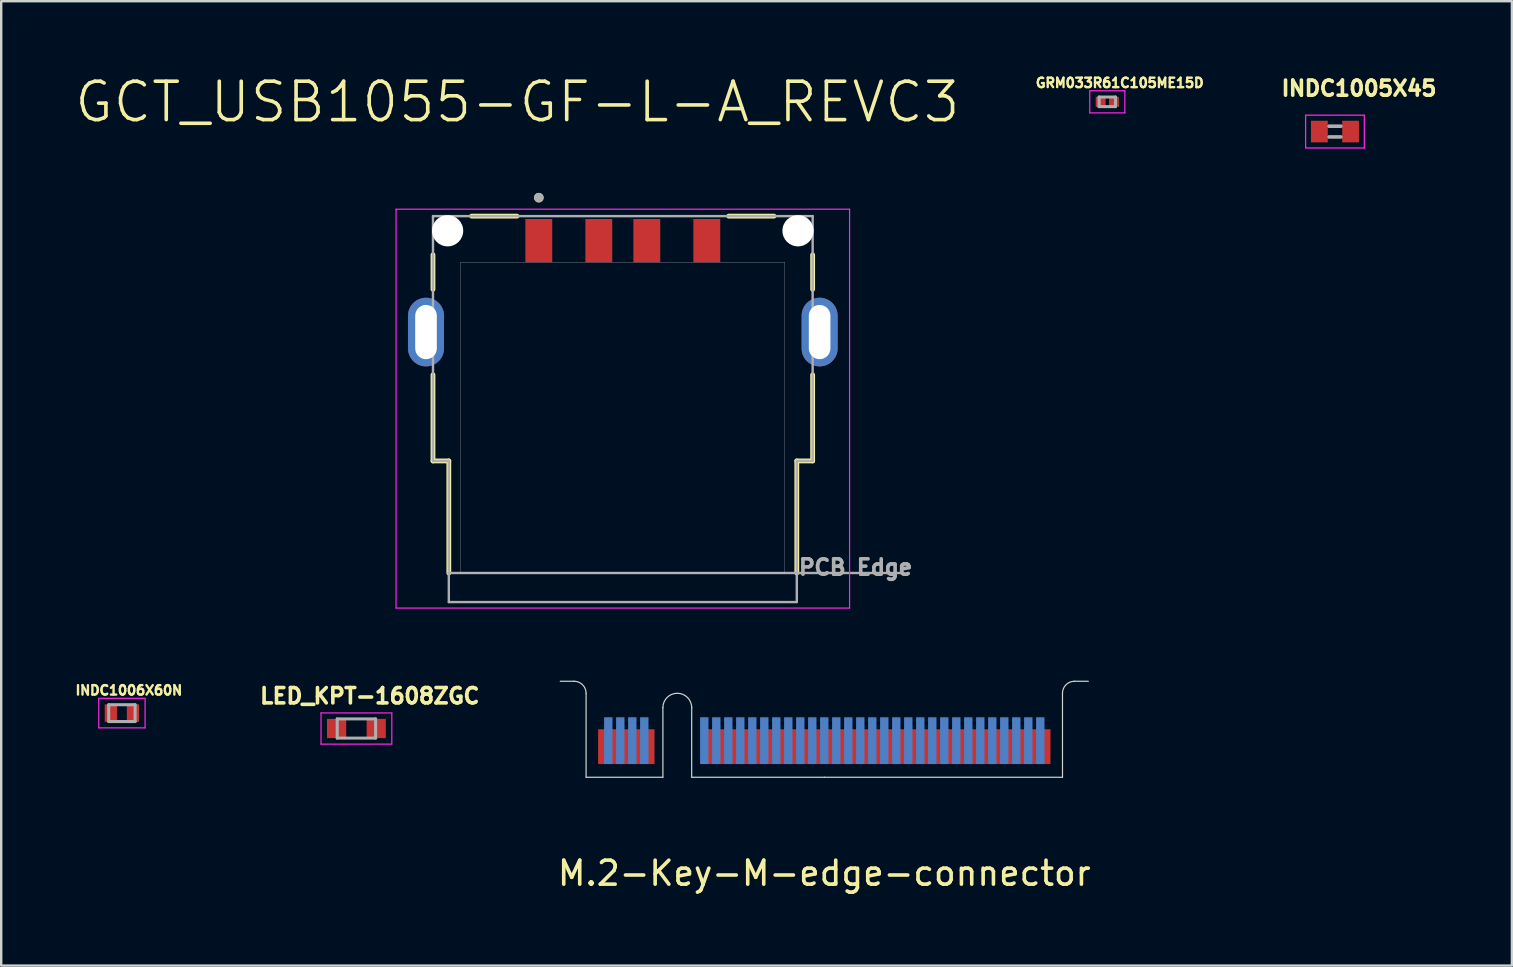
<source format=kicad_pcb>
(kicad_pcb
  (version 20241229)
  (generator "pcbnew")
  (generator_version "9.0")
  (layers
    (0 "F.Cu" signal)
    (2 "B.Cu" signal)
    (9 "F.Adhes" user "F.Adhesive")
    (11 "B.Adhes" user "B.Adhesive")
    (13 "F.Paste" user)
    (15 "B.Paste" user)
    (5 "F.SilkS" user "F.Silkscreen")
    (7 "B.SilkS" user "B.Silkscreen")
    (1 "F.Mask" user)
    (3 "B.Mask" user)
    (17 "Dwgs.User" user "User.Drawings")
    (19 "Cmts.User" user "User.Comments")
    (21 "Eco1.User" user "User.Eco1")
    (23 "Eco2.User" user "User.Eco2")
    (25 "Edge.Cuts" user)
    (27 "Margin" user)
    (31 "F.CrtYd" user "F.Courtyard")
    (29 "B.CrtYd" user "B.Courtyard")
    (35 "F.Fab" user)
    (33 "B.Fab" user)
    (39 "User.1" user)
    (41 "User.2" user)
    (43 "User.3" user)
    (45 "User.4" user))
  (footprint "GCT_USB1055-GF-L-A_REVC3"
    (layer "F.Cu")
    (at 22.901 10.786)
    (property "Reference" "GCT_USB1055-GF-L-A_REVC3" (at -4.395 -9.586 0) (layer "F.SilkS") (effects (font (size 1.6 1.6) (thickness 0.15))))
    (attr smd)
    (fp_line (start -7.91 -1.78) (end -7.91 -3.22) (stroke (width 0.2) (type solid)) (layer "F.SilkS"))
    (fp_line (start -7.91 5.37) (end -7.91 1.78) (stroke (width 0.2) (type solid)) (layer "F.SilkS"))
    (fp_line (start -7.91 5.37) (end -7.25 5.37) (stroke (width 0.2) (type solid)) (layer "F.SilkS"))
    (fp_line (start -7.25 5.37) (end -7.25 10.04) (stroke (width 0.2) (type solid)) (layer "F.SilkS"))
    (fp_line (start -4.41 -4.83) (end -6.3 -4.83) (stroke (width 0.2) (type solid)) (layer "F.SilkS"))
    (fp_line (start 4.41 -4.83) (end 6.3 -4.83) (stroke (width 0.2) (type solid)) (layer "F.SilkS"))
    (fp_line (start 7.25 5.37) (end 7.91 5.37) (stroke (width 0.2) (type solid)) (layer "F.SilkS"))
    (fp_line (start 7.25 10.04) (end 7.25 5.37) (stroke (width 0.2) (type solid)) (layer "F.SilkS"))
    (fp_line (start 7.91 -3.22) (end 7.91 -1.78) (stroke (width 0.2) (type solid)) (layer "F.SilkS"))
    (fp_line (start 7.91 5.37) (end 7.91 1.78) (stroke (width 0.2) (type solid)) (layer "F.SilkS"))
    (fp_circle (center -3.5 -5.6) (end -3.4 -5.6) (stroke (width 0.2) (type solid)) (fill no) (layer "F.SilkS"))
    (fp_line (start -6.75 -2.91) (end -6.75 10.04) (stroke (width 0.01) (type solid)) (layer "Edge.Cuts"))
    (fp_line (start -6.75 10.04) (end 6.75 10.04) (stroke (width 0.01) (type solid)) (layer "Edge.Cuts"))
    (fp_line (start 6.75 -2.91) (end -6.75 -2.91) (stroke (width 0.01) (type solid)) (layer "Edge.Cuts"))
    (fp_line (start 6.75 10.04) (end 6.75 -2.91) (stroke (width 0.01) (type solid)) (layer "Edge.Cuts"))
    (fp_line (start -9.449 -5.12) (end 9.449 -5.12) (stroke (width 0.05) (type solid)) (layer "F.CrtYd"))
    (fp_line (start -9.449 11.5) (end -9.449 -5.12) (stroke (width 0.05) (type solid)) (layer "F.CrtYd"))
    (fp_line (start -9.449 11.5) (end 9.449 11.5) (stroke (width 0.05) (type solid)) (layer "F.CrtYd"))
    (fp_line (start 9.449 11.5) (end 9.449 -5.12) (stroke (width 0.05) (type solid)) (layer "F.CrtYd"))
    (fp_line (start -7.91 -4.83) (end 7.91 -4.83) (stroke (width 0.1) (type solid)) (layer "F.Fab"))
    (fp_line (start -7.91 5.37) (end -7.91 -4.83) (stroke (width 0.1) (type solid)) (layer "F.Fab"))
    (fp_line (start -7.91 5.37) (end -7.25 5.37) (stroke (width 0.1) (type solid)) (layer "F.Fab"))
    (fp_line (start -7.25 5.37) (end -7.25 10.04) (stroke (width 0.1) (type solid)) (layer "F.Fab"))
    (fp_line (start -7.25 10.04) (end -7.25 11.25) (stroke (width 0.1) (type solid)) (layer "F.Fab"))
    (fp_line (start -7.25 10.04) (end 11.7 10.04) (stroke (width 0.1) (type solid)) (layer "F.Fab"))
    (fp_line (start 7.25 5.37) (end 7.91 5.37) (stroke (width 0.1) (type solid)) (layer "F.Fab"))
    (fp_line (start 7.25 11.25) (end -7.25 11.25) (stroke (width 0.1) (type solid)) (layer "F.Fab"))
    (fp_line (start 7.25 11.25) (end 7.25 5.37) (stroke (width 0.1) (type solid)) (layer "F.Fab"))
    (fp_line (start 7.91 -4.83) (end 7.91 5.37) (stroke (width 0.1) (type solid)) (layer "F.Fab"))
    (fp_circle (center -3.5 -5.6) (end -3.4 -5.6) (stroke (width 0.2) (type solid)) (fill no) (layer "F.Fab"))
    (fp_text user "PCB Edge" (at 9.7 9.8 0) (layer "F.Fab") (effects (font (size 0.64 0.64) (thickness 0.15))))
    (pad "" np_thru_hole circle (at -7.3 -4.22) (size 1.3 1.3) (drill 1.3) (layers "*.Cu" "*.Mask"))
    (pad "" np_thru_hole circle (at 7.3 -4.22) (size 1.3 1.3) (drill 1.3) (layers "*.Cu" "*.Mask"))
    (pad "1" smd rect (at -3.5 -3.81) (size 1.12 1.8) (layers "F.Cu" "F.Mask" "F.Paste"))
    (pad "2" smd rect (at -1 -3.81) (size 1.12 1.8) (layers "F.Cu" "F.Mask" "F.Paste"))
    (pad "3" smd rect (at 1 -3.81) (size 1.12 1.8) (layers "F.Cu" "F.Mask" "F.Paste"))
    (pad "4" smd rect (at 3.5 -3.81) (size 1.12 1.8) (layers "F.Cu" "F.Mask" "F.Paste"))
    (pad "SH1" thru_hole oval (at -8.2 0) (size 1.5 2.86) (drill oval 0.9 2.26) (layers "*.Cu" "*.Mask"))
    (pad "SH2" thru_hole oval (at 8.2 0) (size 1.5 2.86) (drill oval 0.9 2.26) (layers "*.Cu" "*.Mask")))
  (footprint "LED_KPT-1608ZGC"
    (layer "F.Cu")
    (at 11.801 27.305)
    (property "Reference" "LED_KPT-1608ZGC" (at 0.557 -1.356 0) (layer "F.SilkS") (effects (font (size 0.64 0.64) (thickness 0.15))))
    (attr smd)
    (fp_line (start -1.475 -0.65) (end -1.475 0.65) (stroke (width 0.05) (type solid)) (layer "F.CrtYd"))
    (fp_line (start -1.475 0.65) (end 1.475 0.65) (stroke (width 0.05) (type solid)) (layer "F.CrtYd"))
    (fp_line (start 1.475 -0.65) (end -1.475 -0.65) (stroke (width 0.05) (type solid)) (layer "F.CrtYd"))
    (fp_line (start 1.475 0.65) (end 1.475 -0.65) (stroke (width 0.05) (type solid)) (layer "F.CrtYd"))
    (fp_line (start -0.8 -0.4) (end 0.8 -0.4) (stroke (width 0.127) (type solid)) (layer "F.Fab"))
    (fp_line (start -0.8 0.4) (end -0.8 -0.4) (stroke (width 0.127) (type solid)) (layer "F.Fab"))
    (fp_line (start 0.8 -0.4) (end 0.8 0.4) (stroke (width 0.127) (type solid)) (layer "F.Fab"))
    (fp_line (start 0.8 0.4) (end -0.8 0.4) (stroke (width 0.127) (type solid)) (layer "F.Fab"))
    (pad "1" smd rect (at 0.825 0) (size 0.8 0.8) (layers "F.Cu" "F.Mask" "F.Paste"))
    (pad "2" smd rect (at -0.825 0) (size 0.8 0.8) (layers "F.Cu" "F.Mask" "F.Paste")))
  (footprint "M.2-Key-M-edge-connector"
    (layer "F.Cu")
    (at 31.296 29.336)
    (property "Reference" "M.2-Key-M-edge-connector" (at 0 4 0) (layer "F.SilkS") (effects (font (size 1 1) (thickness 0.15))))
    (attr through_hole)
    (fp_poly (pts (xy -9.925 0) (xy -6.725 0) (xy -6.725 -2) (xy -9.925 -2)) (stroke (width 0.1) (type solid)) (fill yes) (layer "F.Mask"))
    (fp_poly (pts (xy -5.525 0) (xy 9.925 0) (xy 9.925 -2) (xy -5.525 -2)) (stroke (width 0.1) (type solid)) (fill yes) (layer "F.Mask"))
    (fp_poly (pts (xy -9.925 0) (xy -6.725 0) (xy -6.725 -2.5) (xy -9.925 -2.5)) (stroke (width 0.1) (type solid)) (fill yes) (layer "B.Mask"))
    (fp_poly (pts (xy -5.525 0) (xy 9.925 0) (xy 9.925 -2.5) (xy -5.525 -2.5)) (stroke (width 0.1) (type solid)) (fill yes) (layer "B.Mask"))
    (fp_line (start -11 -4) (end -10.425 -4) (stroke (width 0.05) (type solid)) (layer "Edge.Cuts"))
    (fp_line (start -9.925 -3.5) (end -9.925 0) (stroke (width 0.05) (type solid)) (layer "Edge.Cuts"))
    (fp_line (start -9.925 0) (end -6.725 0) (stroke (width 0.05) (type solid)) (layer "Edge.Cuts"))
    (fp_line (start -6.725 0) (end -6.725 -2.9) (stroke (width 0.05) (type solid)) (layer "Edge.Cuts"))
    (fp_line (start -5.525 -2.9) (end -5.525 0) (stroke (width 0.05) (type solid)) (layer "Edge.Cuts"))
    (fp_line (start -5.525 0) (end 0 0) (stroke (width 0.05) (type solid)) (layer "Edge.Cuts"))
    (fp_line (start 0 0) (end 9.925 0) (stroke (width 0.05) (type solid)) (layer "Edge.Cuts"))
    (fp_line (start 9.925 0) (end 9.925 -3.5) (stroke (width 0.05) (type solid)) (layer "Edge.Cuts"))
    (fp_line (start 10.425 -4) (end 11 -4) (stroke (width 0.05) (type solid)) (layer "Edge.Cuts"))
    (fp_arc (start -10.425 -4) (mid -10.071447 -3.853553) (end -9.925 -3.5) (stroke (width 0.05) (type solid)) (layer "Edge.Cuts"))
    (fp_arc (start -6.725 -2.9) (mid -6.125 -3.5) (end -5.525 -2.9) (stroke (width 0.05) (type solid)) (layer "Edge.Cuts"))
    (fp_arc (start 9.925 -3.5) (mid 10.071447 -3.853553) (end 10.425 -4) (stroke (width 0.05) (type solid)) (layer "Edge.Cuts"))
    (pad "1" smd rect (at 9.25 -1.275) (size 0.35 1.45) (layers "F.Cu"))
    (pad "2" smd rect (at 9 -1.525) (size 0.35 1.95) (layers "B.Cu"))
    (pad "3" smd rect (at 8.75 -1.275) (size 0.35 1.45) (layers "F.Cu"))
    (pad "4" smd rect (at 8.5 -1.525) (size 0.35 1.95) (layers "B.Cu"))
    (pad "5" smd rect (at 8.25 -1.275) (size 0.35 1.45) (layers "F.Cu"))
    (pad "6" smd rect (at 8 -1.525) (size 0.35 1.95) (layers "B.Cu"))
    (pad "7" smd rect (at 7.75 -1.275) (size 0.35 1.45) (layers "F.Cu"))
    (pad "8" smd rect (at 7.5 -1.525) (size 0.35 1.95) (layers "B.Cu"))
    (pad "9" smd rect (at 7.25 -1.275) (size 0.35 1.45) (layers "F.Cu"))
    (pad "10" smd rect (at 7 -1.525) (size 0.35 1.95) (layers "B.Cu"))
    (pad "11" smd rect (at 6.75 -1.275) (size 0.35 1.45) (layers "F.Cu"))
    (pad "12" smd rect (at 6.5 -1.525) (size 0.35 1.95) (layers "B.Cu"))
    (pad "13" smd rect (at 6.25 -1.275) (size 0.35 1.45) (layers "F.Cu"))
    (pad "14" smd rect (at 6 -1.525) (size 0.35 1.95) (layers "B.Cu"))
    (pad "15" smd rect (at 5.75 -1.275) (size 0.35 1.45) (layers "F.Cu"))
    (pad "16" smd rect (at 5.5 -1.525) (size 0.35 1.95) (layers "B.Cu"))
    (pad "17" smd rect (at 5.25 -1.275) (size 0.35 1.45) (layers "F.Cu"))
    (pad "18" smd rect (at 5 -1.525) (size 0.35 1.95) (layers "B.Cu"))
    (pad "19" smd rect (at 4.75 -1.275) (size 0.35 1.45) (layers "F.Cu"))
    (pad "20" smd rect (at 4.5 -1.525) (size 0.35 1.95) (layers "B.Cu"))
    (pad "21" smd rect (at 4.25 -1.275) (size 0.35 1.45) (layers "F.Cu"))
    (pad "22" smd rect (at 4 -1.525) (size 0.35 1.95) (layers "B.Cu"))
    (pad "23" smd rect (at 3.75 -1.275) (size 0.35 1.45) (layers "F.Cu"))
    (pad "24" smd rect (at 3.5 -1.525) (size 0.35 1.95) (layers "B.Cu"))
    (pad "25" smd rect (at 3.25 -1.275) (size 0.35 1.45) (layers "F.Cu"))
    (pad "26" smd rect (at 3 -1.525) (size 0.35 1.95) (layers "B.Cu"))
    (pad "27" smd rect (at 2.75 -1.275) (size 0.35 1.45) (layers "F.Cu"))
    (pad "28" smd rect (at 2.5 -1.525) (size 0.35 1.95) (layers "B.Cu"))
    (pad "29" smd rect (at 2.25 -1.275) (size 0.35 1.45) (layers "F.Cu"))
    (pad "30" smd rect (at 2 -1.525) (size 0.35 1.95) (layers "B.Cu"))
    (pad "31" smd rect (at 1.75 -1.275) (size 0.35 1.45) (layers "F.Cu"))
    (pad "32" smd rect (at 1.5 -1.525) (size 0.35 1.95) (layers "B.Cu"))
    (pad "33" smd rect (at 1.25 -1.275) (size 0.35 1.45) (layers "F.Cu"))
    (pad "34" smd rect (at 1 -1.525) (size 0.35 1.95) (layers "B.Cu"))
    (pad "35" smd rect (at 0.75 -1.275) (size 0.35 1.45) (layers "F.Cu"))
    (pad "36" smd rect (at 0.5 -1.525) (size 0.35 1.95) (layers "B.Cu"))
    (pad "37" smd rect (at 0.25 -1.275) (size 0.35 1.45) (layers "F.Cu"))
    (pad "38" smd rect (at 0 -1.525) (size 0.35 1.95) (layers "B.Cu"))
    (pad "39" smd rect (at -0.25 -1.275) (size 0.35 1.45) (layers "F.Cu"))
    (pad "40" smd rect (at -0.5 -1.525) (size 0.35 1.95) (layers "B.Cu"))
    (pad "41" smd rect (at -0.75 -1.275) (size 0.35 1.45) (layers "F.Cu"))
    (pad "42" smd rect (at -1 -1.525) (size 0.35 1.95) (layers "B.Cu"))
    (pad "43" smd rect (at -1.25 -1.275) (size 0.35 1.45) (layers "F.Cu"))
    (pad "44" smd rect (at -1.5 -1.525) (size 0.35 1.95) (layers "B.Cu"))
    (pad "45" smd rect (at -1.75 -1.275) (size 0.35 1.45) (layers "F.Cu"))
    (pad "46" smd rect (at -2 -1.525) (size 0.35 1.95) (layers "B.Cu"))
    (pad "47" smd rect (at -2.25 -1.275) (size 0.35 1.45) (layers "F.Cu"))
    (pad "48" smd rect (at -2.5 -1.525) (size 0.35 1.95) (layers "B.Cu"))
    (pad "49" smd rect (at -2.75 -1.275) (size 0.35 1.45) (layers "F.Cu"))
    (pad "50" smd rect (at -3 -1.525) (size 0.35 1.95) (layers "B.Cu"))
    (pad "51" smd rect (at -3.25 -1.275) (size 0.35 1.45) (layers "F.Cu"))
    (pad "52" smd rect (at -3.5 -1.525) (size 0.35 1.95) (layers "B.Cu"))
    (pad "53" smd rect (at -3.75 -1.275) (size 0.35 1.45) (layers "F.Cu"))
    (pad "54" smd rect (at -4 -1.525) (size 0.35 1.95) (layers "B.Cu"))
    (pad "55" smd rect (at -4.25 -1.275) (size 0.35 1.45) (layers "F.Cu"))
    (pad "56" smd rect (at -4.5 -1.525) (size 0.35 1.95) (layers "B.Cu"))
    (pad "57" smd rect (at -4.75 -1.275) (size 0.35 1.45) (layers "F.Cu"))
    (pad "58" smd rect (at -5 -1.525) (size 0.35 1.95) (layers "B.Cu"))
    (pad "67" smd rect (at -7.25 -1.275) (size 0.35 1.45) (layers "F.Cu"))
    (pad "68" smd rect (at -7.5 -1.525) (size 0.35 1.95) (layers "B.Cu"))
    (pad "69" smd rect (at -7.75 -1.275) (size 0.35 1.45) (layers "F.Cu"))
    (pad "70" smd rect (at -8 -1.525) (size 0.35 1.95) (layers "B.Cu"))
    (pad "71" smd rect (at -8.25 -1.275) (size 0.35 1.45) (layers "F.Cu"))
    (pad "72" smd rect (at -8.5 -1.525) (size 0.35 1.95) (layers "B.Cu"))
    (pad "73" smd rect (at -8.75 -1.275) (size 0.35 1.45) (layers "F.Cu"))
    (pad "74" smd rect (at -9 -1.525) (size 0.35 1.95) (layers "B.Cu"))
    (pad "75" smd rect (at -9.25 -1.275) (size 0.35 1.45) (layers "F.Cu")))
  (footprint "INDC1005X45"
    (layer "F.Cu")
    (at 52.575 2.432)
    (property "Reference" "INDC1005X45" (at 1 -1.8 0) (layer "F.SilkS") (effects (font (size 0.63 0.63) (thickness 0.15))))
    (attr smd)
    (fp_line (start -1.223 -0.683) (end 1.223 -0.683) (stroke (width 0.051) (type solid)) (layer "F.CrtYd"))
    (fp_line (start -1.223 0.683) (end -1.223 -0.683) (stroke (width 0.051) (type solid)) (layer "F.CrtYd"))
    (fp_line (start 1.223 -0.683) (end 1.223 0.683) (stroke (width 0.051) (type solid)) (layer "F.CrtYd"))
    (fp_line (start 1.223 0.683) (end -1.223 0.683) (stroke (width 0.051) (type solid)) (layer "F.CrtYd"))
    (fp_line (start -0.245 -0.224) (end 0.245 -0.224) (stroke (width 0.152) (type solid)) (layer "F.Fab"))
    (fp_line (start 0.245 0.224) (end -0.245 0.224) (stroke (width 0.152) (type solid)) (layer "F.Fab"))
    (pad "1" smd rect (at -0.65 0) (size 0.7 0.9) (layers "F.Cu" "F.Mask" "F.Paste"))
    (pad "2" smd rect (at 0.65 0) (size 0.7 0.9) (layers "F.Cu" "F.Mask" "F.Paste")))
  (footprint "GRM033R61C105ME15D"
    (layer "F.Cu")
    (at 43.088 1.193)
    (property "Reference" "GRM033R61C105ME15D" (at 0.52 -0.79 0) (layer "F.SilkS") (effects (font (size 0.394 0.394) (thickness 0.098))))
    (attr smd)
    (fp_line (start -0.731 -0.461) (end 0.731 -0.461) (stroke (width 0.05) (type solid)) (layer "F.CrtYd"))
    (fp_line (start -0.731 0.461) (end -0.731 -0.461) (stroke (width 0.05) (type solid)) (layer "F.CrtYd"))
    (fp_line (start -0.731 0.461) (end 0.731 0.461) (stroke (width 0.05) (type solid)) (layer "F.CrtYd"))
    (fp_line (start 0.731 0.461) (end 0.731 -0.461) (stroke (width 0.05) (type solid)) (layer "F.CrtYd"))
    (fp_line (start -0.34 0.2) (end -0.34 -0.2) (stroke (width 0.127) (type solid)) (layer "F.Fab"))
    (fp_line (start 0.34 -0.2) (end -0.34 -0.2) (stroke (width 0.127) (type solid)) (layer "F.Fab"))
    (fp_line (start 0.34 0.2) (end -0.34 0.2) (stroke (width 0.127) (type solid)) (layer "F.Fab"))
    (fp_line (start 0.34 0.2) (end 0.34 -0.2) (stroke (width 0.127) (type solid)) (layer "F.Fab"))
    (pad "1" smd rect (at -0.278 0) (size 0.41 0.42) (layers "F.Cu" "F.Mask" "F.Paste"))
    (pad "2" smd rect (at 0.278 0) (size 0.41 0.42) (layers "F.Cu" "F.Mask" "F.Paste")))
  (footprint "INDC1006X60N"
    (layer "F.Cu")
    (at 2.03 26.664)
    (property "Reference" "INDC1006X60N" (at 0.29 -0.95 0) (layer "F.SilkS") (effects (font (size 0.394 0.394) (thickness 0.15))))
    (attr smd)
    (fp_line (start -0.965 -0.615) (end 0.965 -0.615) (stroke (width 0.05) (type solid)) (layer "F.CrtYd"))
    (fp_line (start -0.965 0.615) (end -0.965 -0.615) (stroke (width 0.05) (type solid)) (layer "F.CrtYd"))
    (fp_line (start -0.965 0.615) (end 0.965 0.615) (stroke (width 0.05) (type solid)) (layer "F.CrtYd"))
    (fp_line (start 0.965 0.615) (end 0.965 -0.615) (stroke (width 0.05) (type solid)) (layer "F.CrtYd"))
    (fp_line (start -0.55 0.35) (end -0.55 -0.35) (stroke (width 0.127) (type solid)) (layer "F.Fab"))
    (fp_line (start 0.55 -0.35) (end -0.55 -0.35) (stroke (width 0.127) (type solid)) (layer "F.Fab"))
    (fp_line (start 0.55 0.35) (end -0.55 0.35) (stroke (width 0.127) (type solid)) (layer "F.Fab"))
    (fp_line (start 0.55 0.35) (end 0.55 -0.35) (stroke (width 0.127) (type solid)) (layer "F.Fab"))
    (pad "1" smd rect (at -0.46 0) (size 0.51 0.73) (layers "F.Cu" "F.Mask" "F.Paste"))
    (pad "2" smd rect (at 0.46 0) (size 0.51 0.73) (layers "F.Cu" "F.Mask" "F.Paste")))
  (gr_rect
    (start -3 -3)
    (end 59.947 37.184)
    (stroke (width 0.1) (type default))
    (fill no)
    (layer "Edge.Cuts")))
</source>
